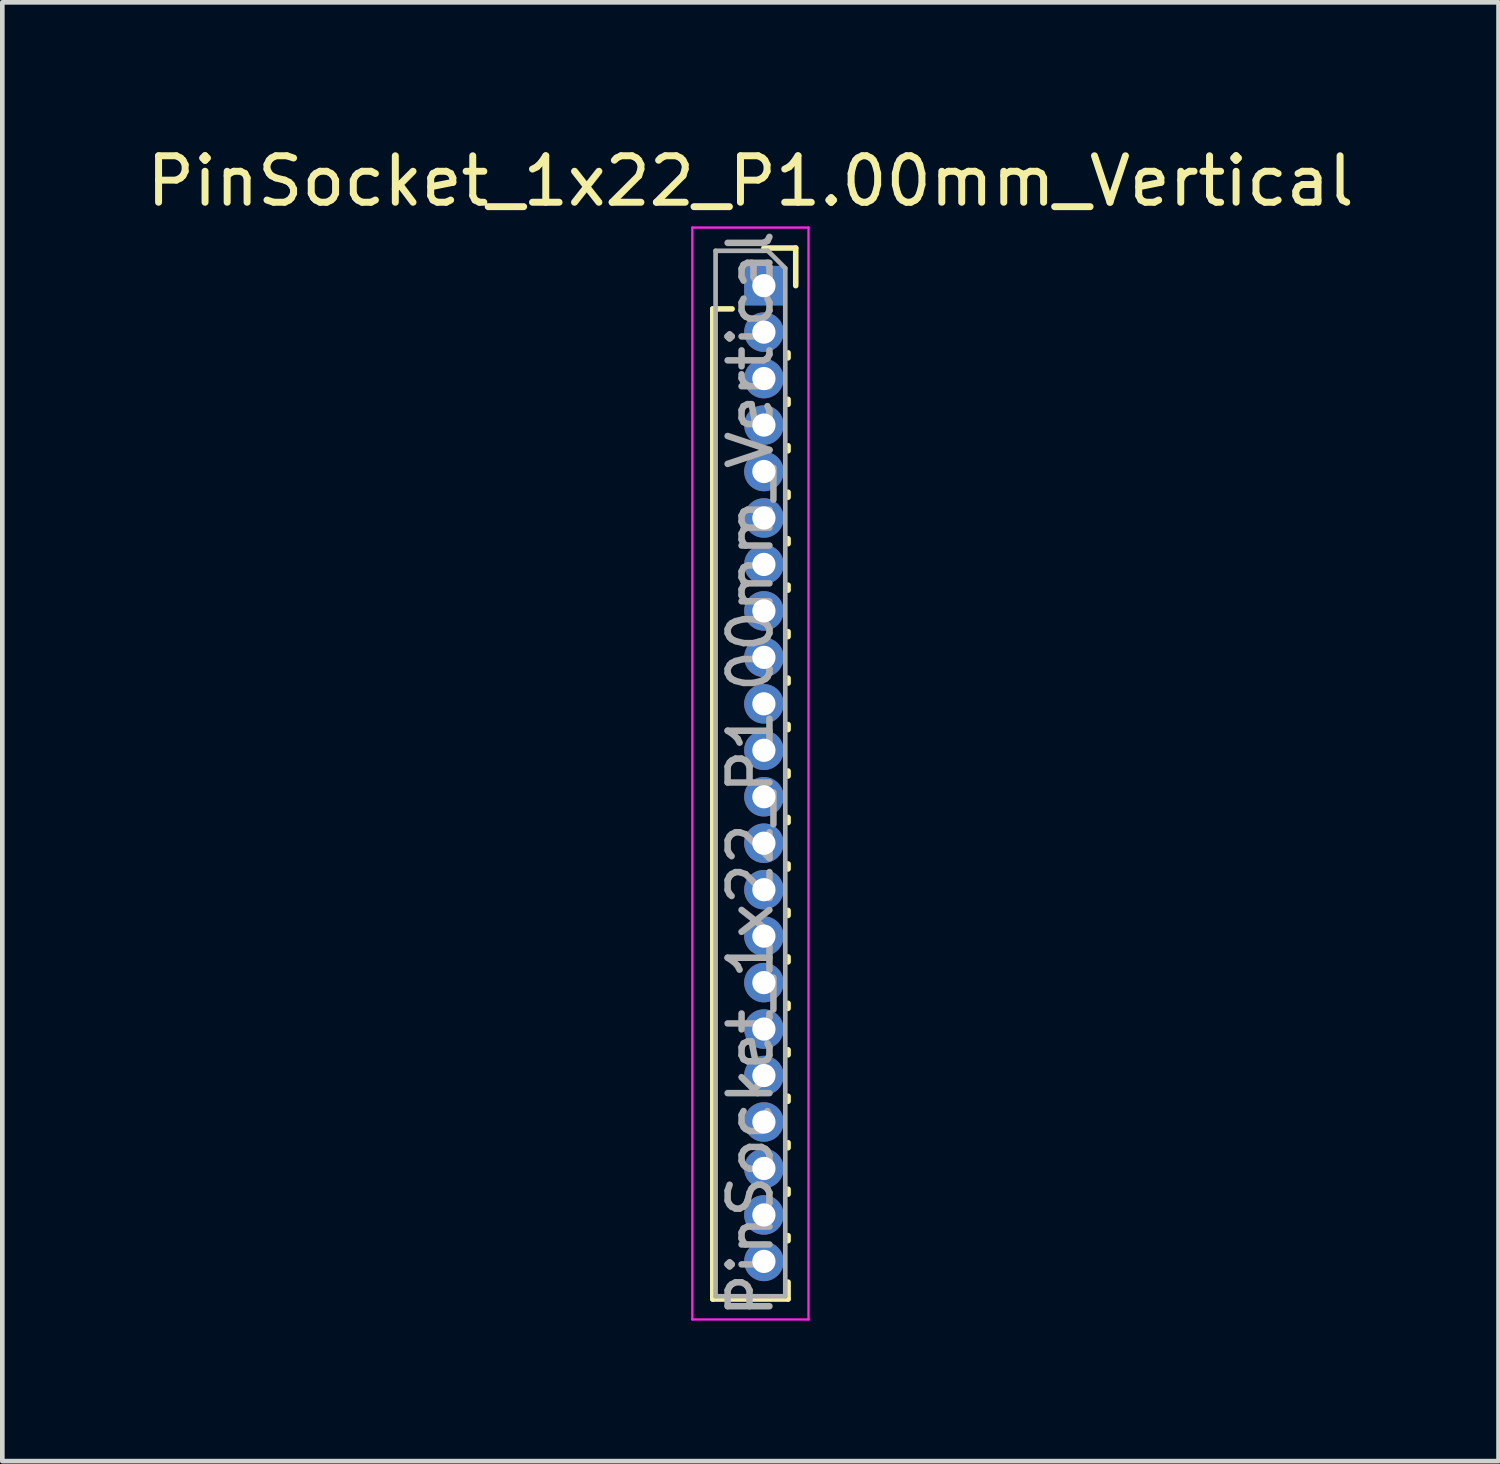
<source format=kicad_pcb>
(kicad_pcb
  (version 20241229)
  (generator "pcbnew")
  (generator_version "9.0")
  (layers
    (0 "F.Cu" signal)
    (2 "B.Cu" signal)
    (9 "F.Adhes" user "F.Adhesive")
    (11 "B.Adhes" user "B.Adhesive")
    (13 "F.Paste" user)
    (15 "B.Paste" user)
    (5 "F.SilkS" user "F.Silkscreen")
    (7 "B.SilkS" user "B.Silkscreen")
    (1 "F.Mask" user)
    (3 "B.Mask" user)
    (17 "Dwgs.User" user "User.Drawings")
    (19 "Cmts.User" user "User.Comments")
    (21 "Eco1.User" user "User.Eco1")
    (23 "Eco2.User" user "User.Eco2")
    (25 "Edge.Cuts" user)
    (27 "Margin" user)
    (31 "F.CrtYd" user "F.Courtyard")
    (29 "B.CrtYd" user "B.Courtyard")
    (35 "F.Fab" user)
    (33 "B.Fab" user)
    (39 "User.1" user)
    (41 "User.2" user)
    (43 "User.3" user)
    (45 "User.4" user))
  (footprint "PinSocket_1x22_P1.00mm_Vertical"
    (layer "F.Cu")
    (at 13.391 3.098)
    (property "Reference" "PinSocket_1x22_P1.00mm_Vertical" (at -0.29 -2.25 0) (layer "F.SilkS") (effects (font (size 1 1) (thickness 0.15))))
    (attr through_hole)
    (fp_line (start -1.1 0.5) (end -1.1 21.81) (stroke (width 0.12) (type solid)) (layer "F.SilkS"))
    (fp_line (start -1.1 0.5) (end -0.685 0.5) (stroke (width 0.12) (type solid)) (layer "F.SilkS"))
    (fp_line (start -1.1 21.81) (end 0.52 21.81) (stroke (width 0.12) (type solid)) (layer "F.SilkS"))
    (fp_line (start 0 -0.81) (end 0.685 -0.81) (stroke (width 0.12) (type solid)) (layer "F.SilkS"))
    (fp_line (start 0.52 1.446) (end 0.52 1.554) (stroke (width 0.12) (type solid)) (layer "F.SilkS"))
    (fp_line (start 0.52 2.446) (end 0.52 2.554) (stroke (width 0.12) (type solid)) (layer "F.SilkS"))
    (fp_line (start 0.52 3.446) (end 0.52 3.554) (stroke (width 0.12) (type solid)) (layer "F.SilkS"))
    (fp_line (start 0.52 4.446) (end 0.52 4.554) (stroke (width 0.12) (type solid)) (layer "F.SilkS"))
    (fp_line (start 0.52 5.446) (end 0.52 5.554) (stroke (width 0.12) (type solid)) (layer "F.SilkS"))
    (fp_line (start 0.52 6.446) (end 0.52 6.554) (stroke (width 0.12) (type solid)) (layer "F.SilkS"))
    (fp_line (start 0.52 7.446) (end 0.52 7.554) (stroke (width 0.12) (type solid)) (layer "F.SilkS"))
    (fp_line (start 0.52 8.446) (end 0.52 8.554) (stroke (width 0.12) (type solid)) (layer "F.SilkS"))
    (fp_line (start 0.52 9.446) (end 0.52 9.554) (stroke (width 0.12) (type solid)) (layer "F.SilkS"))
    (fp_line (start 0.52 10.446) (end 0.52 10.554) (stroke (width 0.12) (type solid)) (layer "F.SilkS"))
    (fp_line (start 0.52 11.446) (end 0.52 11.554) (stroke (width 0.12) (type solid)) (layer "F.SilkS"))
    (fp_line (start 0.52 12.446) (end 0.52 12.554) (stroke (width 0.12) (type solid)) (layer "F.SilkS"))
    (fp_line (start 0.52 13.446) (end 0.52 13.554) (stroke (width 0.12) (type solid)) (layer "F.SilkS"))
    (fp_line (start 0.52 14.446) (end 0.52 14.554) (stroke (width 0.12) (type solid)) (layer "F.SilkS"))
    (fp_line (start 0.52 15.446) (end 0.52 15.554) (stroke (width 0.12) (type solid)) (layer "F.SilkS"))
    (fp_line (start 0.52 16.446) (end 0.52 16.554) (stroke (width 0.12) (type solid)) (layer "F.SilkS"))
    (fp_line (start 0.52 17.446) (end 0.52 17.554) (stroke (width 0.12) (type solid)) (layer "F.SilkS"))
    (fp_line (start 0.52 18.446) (end 0.52 18.554) (stroke (width 0.12) (type solid)) (layer "F.SilkS"))
    (fp_line (start 0.52 19.446) (end 0.52 19.554) (stroke (width 0.12) (type solid)) (layer "F.SilkS"))
    (fp_line (start 0.52 20.446) (end 0.52 20.554) (stroke (width 0.12) (type solid)) (layer "F.SilkS"))
    (fp_line (start 0.52 21.446) (end 0.52 21.81) (stroke (width 0.12) (type solid)) (layer "F.SilkS"))
    (fp_line (start 0.685 -0.81) (end 0.685 0) (stroke (width 0.12) (type solid)) (layer "F.SilkS"))
    (fp_line (start -1.54 -1.25) (end 0.96 -1.25) (stroke (width 0.05) (type solid)) (layer "F.CrtYd"))
    (fp_line (start -1.54 22.25) (end -1.54 -1.25) (stroke (width 0.05) (type solid)) (layer "F.CrtYd"))
    (fp_line (start 0.96 -1.25) (end 0.96 22.25) (stroke (width 0.05) (type solid)) (layer "F.CrtYd"))
    (fp_line (start 0.96 22.25) (end -1.54 22.25) (stroke (width 0.05) (type solid)) (layer "F.CrtYd"))
    (fp_line (start -1.04 -0.75) (end 0.085 -0.75) (stroke (width 0.1) (type solid)) (layer "F.Fab"))
    (fp_line (start -1.04 21.75) (end -1.04 -0.75) (stroke (width 0.1) (type solid)) (layer "F.Fab"))
    (fp_line (start 0.085 -0.75) (end 0.46 -0.375) (stroke (width 0.1) (type solid)) (layer "F.Fab"))
    (fp_line (start 0.46 -0.375) (end 0.46 21.75) (stroke (width 0.1) (type solid)) (layer "F.Fab"))
    (fp_line (start 0.46 21.75) (end -1.04 21.75) (stroke (width 0.1) (type solid)) (layer "F.Fab"))
    (fp_text user "${REFERENCE}" (at -0.29 10.5 90) (layer "F.Fab") (effects (font (size 0.9 0.9) (thickness 0.14))))
    (pad "1" thru_hole rect (at 0 0) (size 0.85 0.85) (drill 0.5) (layers "*.Cu" "*.Mask"))
    (pad "2" thru_hole oval (at 0 1) (size 0.85 0.85) (drill 0.5) (layers "*.Cu" "*.Mask"))
    (pad "3" thru_hole oval (at 0 2) (size 0.85 0.85) (drill 0.5) (layers "*.Cu" "*.Mask"))
    (pad "4" thru_hole oval (at 0 3) (size 0.85 0.85) (drill 0.5) (layers "*.Cu" "*.Mask"))
    (pad "5" thru_hole oval (at 0 4) (size 0.85 0.85) (drill 0.5) (layers "*.Cu" "*.Mask"))
    (pad "6" thru_hole oval (at 0 5) (size 0.85 0.85) (drill 0.5) (layers "*.Cu" "*.Mask"))
    (pad "7" thru_hole oval (at 0 6) (size 0.85 0.85) (drill 0.5) (layers "*.Cu" "*.Mask"))
    (pad "8" thru_hole oval (at 0 7) (size 0.85 0.85) (drill 0.5) (layers "*.Cu" "*.Mask"))
    (pad "9" thru_hole oval (at 0 8) (size 0.85 0.85) (drill 0.5) (layers "*.Cu" "*.Mask"))
    (pad "10" thru_hole oval (at 0 9) (size 0.85 0.85) (drill 0.5) (layers "*.Cu" "*.Mask"))
    (pad "11" thru_hole oval (at 0 10) (size 0.85 0.85) (drill 0.5) (layers "*.Cu" "*.Mask"))
    (pad "12" thru_hole oval (at 0 11) (size 0.85 0.85) (drill 0.5) (layers "*.Cu" "*.Mask"))
    (pad "13" thru_hole oval (at 0 12) (size 0.85 0.85) (drill 0.5) (layers "*.Cu" "*.Mask"))
    (pad "14" thru_hole oval (at 0 13) (size 0.85 0.85) (drill 0.5) (layers "*.Cu" "*.Mask"))
    (pad "15" thru_hole oval (at 0 14) (size 0.85 0.85) (drill 0.5) (layers "*.Cu" "*.Mask"))
    (pad "16" thru_hole oval (at 0 15) (size 0.85 0.85) (drill 0.5) (layers "*.Cu" "*.Mask"))
    (pad "17" thru_hole oval (at 0 16) (size 0.85 0.85) (drill 0.5) (layers "*.Cu" "*.Mask"))
    (pad "18" thru_hole oval (at 0 17) (size 0.85 0.85) (drill 0.5) (layers "*.Cu" "*.Mask"))
    (pad "19" thru_hole oval (at 0 18) (size 0.85 0.85) (drill 0.5) (layers "*.Cu" "*.Mask"))
    (pad "20" thru_hole oval (at 0 19) (size 0.85 0.85) (drill 0.5) (layers "*.Cu" "*.Mask"))
    (pad "21" thru_hole oval (at 0 20) (size 0.85 0.85) (drill 0.5) (layers "*.Cu" "*.Mask"))
    (pad "22" thru_hole oval (at 0 21) (size 0.85 0.85) (drill 0.5) (layers "*.Cu" "*.Mask")))
  (gr_rect
    (start -3 -3)
    (end 29.202 28.397)
    (stroke (width 0.1) (type default))
    (fill no)
    (layer "Edge.Cuts")))
</source>
